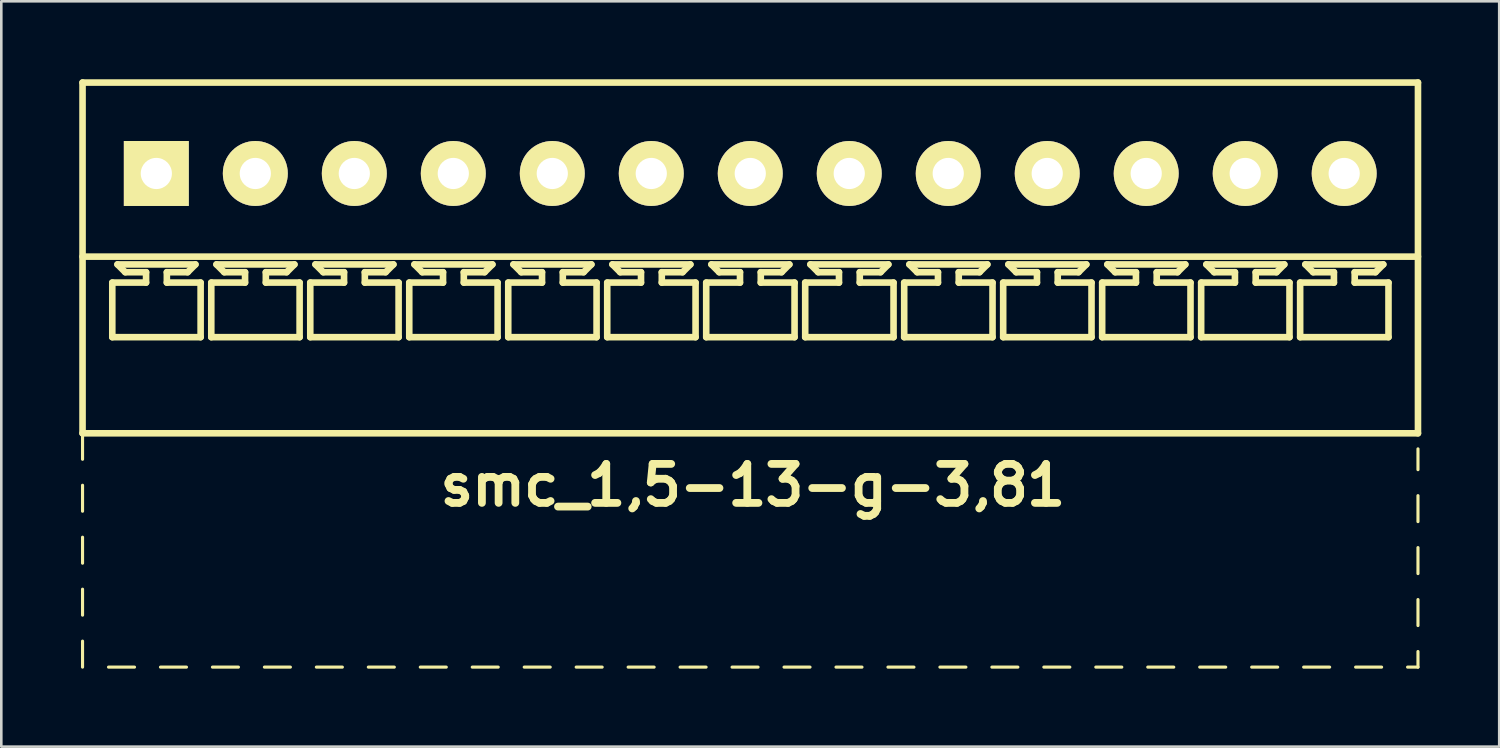
<source format=kicad_pcb>
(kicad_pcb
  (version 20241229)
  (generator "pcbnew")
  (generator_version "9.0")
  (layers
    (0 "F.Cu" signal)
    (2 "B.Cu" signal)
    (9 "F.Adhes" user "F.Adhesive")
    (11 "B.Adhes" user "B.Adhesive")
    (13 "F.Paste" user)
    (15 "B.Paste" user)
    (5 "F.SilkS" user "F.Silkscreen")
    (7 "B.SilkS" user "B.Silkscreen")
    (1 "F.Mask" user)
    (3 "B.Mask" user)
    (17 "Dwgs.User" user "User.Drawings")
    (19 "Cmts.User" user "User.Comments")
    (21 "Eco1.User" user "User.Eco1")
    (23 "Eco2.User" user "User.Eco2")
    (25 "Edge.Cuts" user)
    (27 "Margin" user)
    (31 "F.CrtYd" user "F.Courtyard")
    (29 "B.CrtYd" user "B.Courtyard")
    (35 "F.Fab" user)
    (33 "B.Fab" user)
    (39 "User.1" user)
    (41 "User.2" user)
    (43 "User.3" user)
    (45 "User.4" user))
  (footprint "smc_1,5-13-g-3,81"
    (layer "F.Cu")
    (at 25.827 3.627)
    (property "Reference" "smc_1,5-13-g-3,81" (at 0.1 12 0) (layer "F.SilkS") (effects (font (size 1.5 1.5) (thickness 0.3))))
    (attr through_hole)
    (fp_line (start -25.7 -3.5) (end -25.7 10) (stroke (width 0.254) (type solid)) (layer "F.SilkS"))
    (fp_line (start -25.7 -3.5) (end 25.7 -3.5) (stroke (width 0.254) (type solid)) (layer "F.SilkS"))
    (fp_line (start -25.7 3.2) (end 25.7 3.2) (stroke (width 0.254) (type solid)) (layer "F.SilkS"))
    (fp_line (start -25.7 10) (end -25.7 11) (stroke (width 0.12) (type solid)) (layer "F.SilkS"))
    (fp_line (start -25.7 10) (end 25.7 10) (stroke (width 0.254) (type solid)) (layer "F.SilkS"))
    (fp_line (start -25.7 12) (end -25.7 13) (stroke (width 0.12) (type solid)) (layer "F.SilkS"))
    (fp_line (start -25.7 14) (end -25.7 15) (stroke (width 0.12) (type solid)) (layer "F.SilkS"))
    (fp_line (start -25.7 16) (end -25.7 17) (stroke (width 0.12) (type solid)) (layer "F.SilkS"))
    (fp_line (start -25.7 18) (end -25.7 19) (stroke (width 0.12) (type solid)) (layer "F.SilkS"))
    (fp_line (start -24.7 19) (end -23.7 19) (stroke (width 0.12) (type solid)) (layer "F.SilkS"))
    (fp_line (start -24.555 4.2) (end -23.255 4.2) (stroke (width 0.254) (type solid)) (layer "F.SilkS"))
    (fp_line (start -24.555 6.3) (end -24.555 4.2) (stroke (width 0.254) (type solid)) (layer "F.SilkS"))
    (fp_line (start -24.355 3.5) (end -21.355 3.5) (stroke (width 0.254) (type solid)) (layer "F.SilkS"))
    (fp_line (start -24.055 3.8) (end -24.355 3.5) (stroke (width 0.254) (type solid)) (layer "F.SilkS"))
    (fp_line (start -23.255 3.8) (end -24.055 3.8) (stroke (width 0.254) (type solid)) (layer "F.SilkS"))
    (fp_line (start -23.255 4.2) (end -23.255 3.8) (stroke (width 0.254) (type solid)) (layer "F.SilkS"))
    (fp_line (start -22.7 19) (end -21.7 19) (stroke (width 0.12) (type solid)) (layer "F.SilkS"))
    (fp_line (start -22.455 3.8) (end -22.455 4.2) (stroke (width 0.254) (type solid)) (layer "F.SilkS"))
    (fp_line (start -22.455 4.2) (end -21.155 4.2) (stroke (width 0.254) (type solid)) (layer "F.SilkS"))
    (fp_line (start -21.655 3.8) (end -22.455 3.8) (stroke (width 0.254) (type solid)) (layer "F.SilkS"))
    (fp_line (start -21.655 3.8) (end -21.355 3.5) (stroke (width 0.254) (type solid)) (layer "F.SilkS"))
    (fp_line (start -21.155 4.2) (end -21.155 6.3) (stroke (width 0.254) (type solid)) (layer "F.SilkS"))
    (fp_line (start -21.155 6.3) (end -24.555 6.3) (stroke (width 0.254) (type solid)) (layer "F.SilkS"))
    (fp_line (start -20.745 4.2) (end -19.445 4.2) (stroke (width 0.254) (type solid)) (layer "F.SilkS"))
    (fp_line (start -20.745 6.3) (end -20.745 4.2) (stroke (width 0.254) (type solid)) (layer "F.SilkS"))
    (fp_line (start -20.7 19) (end -19.7 19) (stroke (width 0.12) (type solid)) (layer "F.SilkS"))
    (fp_line (start -20.545 3.5) (end -17.545 3.5) (stroke (width 0.254) (type solid)) (layer "F.SilkS"))
    (fp_line (start -20.245 3.8) (end -20.545 3.5) (stroke (width 0.254) (type solid)) (layer "F.SilkS"))
    (fp_line (start -19.445 3.8) (end -20.245 3.8) (stroke (width 0.254) (type solid)) (layer "F.SilkS"))
    (fp_line (start -19.445 4.2) (end -19.445 3.8) (stroke (width 0.254) (type solid)) (layer "F.SilkS"))
    (fp_line (start -18.7 19) (end -17.7 19) (stroke (width 0.12) (type solid)) (layer "F.SilkS"))
    (fp_line (start -18.645 3.8) (end -18.645 4.2) (stroke (width 0.254) (type solid)) (layer "F.SilkS"))
    (fp_line (start -18.645 4.2) (end -17.345 4.2) (stroke (width 0.254) (type solid)) (layer "F.SilkS"))
    (fp_line (start -17.845 3.8) (end -18.645 3.8) (stroke (width 0.254) (type solid)) (layer "F.SilkS"))
    (fp_line (start -17.845 3.8) (end -17.545 3.5) (stroke (width 0.254) (type solid)) (layer "F.SilkS"))
    (fp_line (start -17.345 4.2) (end -17.345 6.3) (stroke (width 0.254) (type solid)) (layer "F.SilkS"))
    (fp_line (start -17.345 6.3) (end -20.745 6.3) (stroke (width 0.254) (type solid)) (layer "F.SilkS"))
    (fp_line (start -16.935 4.2) (end -15.635 4.2) (stroke (width 0.254) (type solid)) (layer "F.SilkS"))
    (fp_line (start -16.935 6.3) (end -16.935 4.2) (stroke (width 0.254) (type solid)) (layer "F.SilkS"))
    (fp_line (start -16.735 3.5) (end -13.735 3.5) (stroke (width 0.254) (type solid)) (layer "F.SilkS"))
    (fp_line (start -16.7 19) (end -15.7 19) (stroke (width 0.12) (type solid)) (layer "F.SilkS"))
    (fp_line (start -16.435 3.8) (end -16.735 3.5) (stroke (width 0.254) (type solid)) (layer "F.SilkS"))
    (fp_line (start -15.635 3.8) (end -16.435 3.8) (stroke (width 0.254) (type solid)) (layer "F.SilkS"))
    (fp_line (start -15.635 4.2) (end -15.635 3.8) (stroke (width 0.254) (type solid)) (layer "F.SilkS"))
    (fp_line (start -14.835 3.8) (end -14.835 4.2) (stroke (width 0.254) (type solid)) (layer "F.SilkS"))
    (fp_line (start -14.835 4.2) (end -13.535 4.2) (stroke (width 0.254) (type solid)) (layer "F.SilkS"))
    (fp_line (start -14.7 19) (end -13.7 19) (stroke (width 0.12) (type solid)) (layer "F.SilkS"))
    (fp_line (start -14.035 3.8) (end -14.835 3.8) (stroke (width 0.254) (type solid)) (layer "F.SilkS"))
    (fp_line (start -14.035 3.8) (end -13.735 3.5) (stroke (width 0.254) (type solid)) (layer "F.SilkS"))
    (fp_line (start -13.535 4.2) (end -13.535 6.3) (stroke (width 0.254) (type solid)) (layer "F.SilkS"))
    (fp_line (start -13.535 6.3) (end -16.935 6.3) (stroke (width 0.254) (type solid)) (layer "F.SilkS"))
    (fp_line (start -13.125 4.2) (end -11.825 4.2) (stroke (width 0.254) (type solid)) (layer "F.SilkS"))
    (fp_line (start -13.125 6.3) (end -13.125 4.2) (stroke (width 0.254) (type solid)) (layer "F.SilkS"))
    (fp_line (start -12.925 3.5) (end -9.925 3.5) (stroke (width 0.254) (type solid)) (layer "F.SilkS"))
    (fp_line (start -12.7 19) (end -11.7 19) (stroke (width 0.12) (type solid)) (layer "F.SilkS"))
    (fp_line (start -12.625 3.8) (end -12.925 3.5) (stroke (width 0.254) (type solid)) (layer "F.SilkS"))
    (fp_line (start -11.825 3.8) (end -12.625 3.8) (stroke (width 0.254) (type solid)) (layer "F.SilkS"))
    (fp_line (start -11.825 4.2) (end -11.825 3.8) (stroke (width 0.254) (type solid)) (layer "F.SilkS"))
    (fp_line (start -11.025 3.8) (end -11.025 4.2) (stroke (width 0.254) (type solid)) (layer "F.SilkS"))
    (fp_line (start -11.025 4.2) (end -9.725 4.2) (stroke (width 0.254) (type solid)) (layer "F.SilkS"))
    (fp_line (start -10.7 19) (end -9.7 19) (stroke (width 0.12) (type solid)) (layer "F.SilkS"))
    (fp_line (start -10.225 3.8) (end -11.025 3.8) (stroke (width 0.254) (type solid)) (layer "F.SilkS"))
    (fp_line (start -10.225 3.8) (end -9.925 3.5) (stroke (width 0.254) (type solid)) (layer "F.SilkS"))
    (fp_line (start -9.725 4.2) (end -9.725 6.3) (stroke (width 0.254) (type solid)) (layer "F.SilkS"))
    (fp_line (start -9.725 6.3) (end -13.125 6.3) (stroke (width 0.254) (type solid)) (layer "F.SilkS"))
    (fp_line (start -9.315 4.2) (end -8.015 4.2) (stroke (width 0.254) (type solid)) (layer "F.SilkS"))
    (fp_line (start -9.315 6.3) (end -9.315 4.2) (stroke (width 0.254) (type solid)) (layer "F.SilkS"))
    (fp_line (start -9.115 3.5) (end -6.115 3.5) (stroke (width 0.254) (type solid)) (layer "F.SilkS"))
    (fp_line (start -8.815 3.8) (end -9.115 3.5) (stroke (width 0.254) (type solid)) (layer "F.SilkS"))
    (fp_line (start -8.7 19) (end -7.7 19) (stroke (width 0.12) (type solid)) (layer "F.SilkS"))
    (fp_line (start -8.015 3.8) (end -8.815 3.8) (stroke (width 0.254) (type solid)) (layer "F.SilkS"))
    (fp_line (start -8.015 4.2) (end -8.015 3.8) (stroke (width 0.254) (type solid)) (layer "F.SilkS"))
    (fp_line (start -7.215 3.8) (end -7.215 4.2) (stroke (width 0.254) (type solid)) (layer "F.SilkS"))
    (fp_line (start -7.215 4.2) (end -5.915 4.2) (stroke (width 0.254) (type solid)) (layer "F.SilkS"))
    (fp_line (start -6.7 19) (end -5.7 19) (stroke (width 0.12) (type solid)) (layer "F.SilkS"))
    (fp_line (start -6.415 3.8) (end -7.215 3.8) (stroke (width 0.254) (type solid)) (layer "F.SilkS"))
    (fp_line (start -6.415 3.8) (end -6.115 3.5) (stroke (width 0.254) (type solid)) (layer "F.SilkS"))
    (fp_line (start -5.915 4.2) (end -5.915 6.3) (stroke (width 0.254) (type solid)) (layer "F.SilkS"))
    (fp_line (start -5.915 6.3) (end -9.315 6.3) (stroke (width 0.254) (type solid)) (layer "F.SilkS"))
    (fp_line (start -5.505 4.2) (end -4.205 4.2) (stroke (width 0.254) (type solid)) (layer "F.SilkS"))
    (fp_line (start -5.505 6.3) (end -5.505 4.2) (stroke (width 0.254) (type solid)) (layer "F.SilkS"))
    (fp_line (start -5.305 3.5) (end -2.305 3.5) (stroke (width 0.254) (type solid)) (layer "F.SilkS"))
    (fp_line (start -5.005 3.8) (end -5.305 3.5) (stroke (width 0.254) (type solid)) (layer "F.SilkS"))
    (fp_line (start -4.7 19) (end -3.7 19) (stroke (width 0.12) (type solid)) (layer "F.SilkS"))
    (fp_line (start -4.205 3.8) (end -5.005 3.8) (stroke (width 0.254) (type solid)) (layer "F.SilkS"))
    (fp_line (start -4.205 4.2) (end -4.205 3.8) (stroke (width 0.254) (type solid)) (layer "F.SilkS"))
    (fp_line (start -3.405 3.8) (end -3.405 4.2) (stroke (width 0.254) (type solid)) (layer "F.SilkS"))
    (fp_line (start -3.405 4.2) (end -2.105 4.2) (stroke (width 0.254) (type solid)) (layer "F.SilkS"))
    (fp_line (start -2.7 19) (end -1.7 19) (stroke (width 0.12) (type solid)) (layer "F.SilkS"))
    (fp_line (start -2.605 3.8) (end -3.405 3.8) (stroke (width 0.254) (type solid)) (layer "F.SilkS"))
    (fp_line (start -2.605 3.8) (end -2.305 3.5) (stroke (width 0.254) (type solid)) (layer "F.SilkS"))
    (fp_line (start -2.105 4.2) (end -2.105 6.3) (stroke (width 0.254) (type solid)) (layer "F.SilkS"))
    (fp_line (start -2.105 6.3) (end -5.505 6.3) (stroke (width 0.254) (type solid)) (layer "F.SilkS"))
    (fp_line (start -1.695 4.2) (end -0.395 4.2) (stroke (width 0.254) (type solid)) (layer "F.SilkS"))
    (fp_line (start -1.695 6.3) (end -1.695 4.2) (stroke (width 0.254) (type solid)) (layer "F.SilkS"))
    (fp_line (start -1.495 3.5) (end 1.505 3.5) (stroke (width 0.254) (type solid)) (layer "F.SilkS"))
    (fp_line (start -1.195 3.8) (end -1.495 3.5) (stroke (width 0.254) (type solid)) (layer "F.SilkS"))
    (fp_line (start -0.7 19) (end 0.3 19) (stroke (width 0.12) (type solid)) (layer "F.SilkS"))
    (fp_line (start -0.395 3.8) (end -1.195 3.8) (stroke (width 0.254) (type solid)) (layer "F.SilkS"))
    (fp_line (start -0.395 4.2) (end -0.395 3.8) (stroke (width 0.254) (type solid)) (layer "F.SilkS"))
    (fp_line (start 0.405 3.8) (end 0.405 4.2) (stroke (width 0.254) (type solid)) (layer "F.SilkS"))
    (fp_line (start 0.405 4.2) (end 1.705 4.2) (stroke (width 0.254) (type solid)) (layer "F.SilkS"))
    (fp_line (start 1.205 3.8) (end 0.405 3.8) (stroke (width 0.254) (type solid)) (layer "F.SilkS"))
    (fp_line (start 1.205 3.8) (end 1.505 3.5) (stroke (width 0.254) (type solid)) (layer "F.SilkS"))
    (fp_line (start 1.3 19) (end 2.3 19) (stroke (width 0.12) (type solid)) (layer "F.SilkS"))
    (fp_line (start 1.705 4.2) (end 1.705 6.3) (stroke (width 0.254) (type solid)) (layer "F.SilkS"))
    (fp_line (start 1.705 6.3) (end -1.695 6.3) (stroke (width 0.254) (type solid)) (layer "F.SilkS"))
    (fp_line (start 2.115 4.2) (end 3.415 4.2) (stroke (width 0.254) (type solid)) (layer "F.SilkS"))
    (fp_line (start 2.115 6.3) (end 2.115 4.2) (stroke (width 0.254) (type solid)) (layer "F.SilkS"))
    (fp_line (start 2.315 3.5) (end 5.315 3.5) (stroke (width 0.254) (type solid)) (layer "F.SilkS"))
    (fp_line (start 2.615 3.8) (end 2.315 3.5) (stroke (width 0.254) (type solid)) (layer "F.SilkS"))
    (fp_line (start 3.3 19) (end 4.3 19) (stroke (width 0.12) (type solid)) (layer "F.SilkS"))
    (fp_line (start 3.415 3.8) (end 2.615 3.8) (stroke (width 0.254) (type solid)) (layer "F.SilkS"))
    (fp_line (start 3.415 4.2) (end 3.415 3.8) (stroke (width 0.254) (type solid)) (layer "F.SilkS"))
    (fp_line (start 4.215 3.8) (end 4.215 4.2) (stroke (width 0.254) (type solid)) (layer "F.SilkS"))
    (fp_line (start 4.215 4.2) (end 5.515 4.2) (stroke (width 0.254) (type solid)) (layer "F.SilkS"))
    (fp_line (start 5.015 3.8) (end 4.215 3.8) (stroke (width 0.254) (type solid)) (layer "F.SilkS"))
    (fp_line (start 5.015 3.8) (end 5.315 3.5) (stroke (width 0.254) (type solid)) (layer "F.SilkS"))
    (fp_line (start 5.3 19) (end 6.3 19) (stroke (width 0.12) (type solid)) (layer "F.SilkS"))
    (fp_line (start 5.515 4.2) (end 5.515 6.3) (stroke (width 0.254) (type solid)) (layer "F.SilkS"))
    (fp_line (start 5.515 6.3) (end 2.115 6.3) (stroke (width 0.254) (type solid)) (layer "F.SilkS"))
    (fp_line (start 5.925 4.2) (end 7.225 4.2) (stroke (width 0.254) (type solid)) (layer "F.SilkS"))
    (fp_line (start 5.925 6.3) (end 5.925 4.2) (stroke (width 0.254) (type solid)) (layer "F.SilkS"))
    (fp_line (start 6.125 3.5) (end 9.125 3.5) (stroke (width 0.254) (type solid)) (layer "F.SilkS"))
    (fp_line (start 6.425 3.8) (end 6.125 3.5) (stroke (width 0.254) (type solid)) (layer "F.SilkS"))
    (fp_line (start 7.225 3.8) (end 6.425 3.8) (stroke (width 0.254) (type solid)) (layer "F.SilkS"))
    (fp_line (start 7.225 4.2) (end 7.225 3.8) (stroke (width 0.254) (type solid)) (layer "F.SilkS"))
    (fp_line (start 7.3 19) (end 8.3 19) (stroke (width 0.12) (type solid)) (layer "F.SilkS"))
    (fp_line (start 8.025 3.8) (end 8.025 4.2) (stroke (width 0.254) (type solid)) (layer "F.SilkS"))
    (fp_line (start 8.025 4.2) (end 9.325 4.2) (stroke (width 0.254) (type solid)) (layer "F.SilkS"))
    (fp_line (start 8.825 3.8) (end 8.025 3.8) (stroke (width 0.254) (type solid)) (layer "F.SilkS"))
    (fp_line (start 8.825 3.8) (end 9.125 3.5) (stroke (width 0.254) (type solid)) (layer "F.SilkS"))
    (fp_line (start 9.3 19) (end 10.3 19) (stroke (width 0.12) (type solid)) (layer "F.SilkS"))
    (fp_line (start 9.325 4.2) (end 9.325 6.3) (stroke (width 0.254) (type solid)) (layer "F.SilkS"))
    (fp_line (start 9.325 6.3) (end 5.925 6.3) (stroke (width 0.254) (type solid)) (layer "F.SilkS"))
    (fp_line (start 9.735 4.2) (end 11.035 4.2) (stroke (width 0.254) (type solid)) (layer "F.SilkS"))
    (fp_line (start 9.735 6.3) (end 9.735 4.2) (stroke (width 0.254) (type solid)) (layer "F.SilkS"))
    (fp_line (start 9.935 3.5) (end 12.935 3.5) (stroke (width 0.254) (type solid)) (layer "F.SilkS"))
    (fp_line (start 10.235 3.8) (end 9.935 3.5) (stroke (width 0.254) (type solid)) (layer "F.SilkS"))
    (fp_line (start 11.035 3.8) (end 10.235 3.8) (stroke (width 0.254) (type solid)) (layer "F.SilkS"))
    (fp_line (start 11.035 4.2) (end 11.035 3.8) (stroke (width 0.254) (type solid)) (layer "F.SilkS"))
    (fp_line (start 11.3 19) (end 12.3 19) (stroke (width 0.12) (type solid)) (layer "F.SilkS"))
    (fp_line (start 11.835 3.8) (end 11.835 4.2) (stroke (width 0.254) (type solid)) (layer "F.SilkS"))
    (fp_line (start 11.835 4.2) (end 13.135 4.2) (stroke (width 0.254) (type solid)) (layer "F.SilkS"))
    (fp_line (start 12.635 3.8) (end 11.835 3.8) (stroke (width 0.254) (type solid)) (layer "F.SilkS"))
    (fp_line (start 12.635 3.8) (end 12.935 3.5) (stroke (width 0.254) (type solid)) (layer "F.SilkS"))
    (fp_line (start 13.135 4.2) (end 13.135 6.3) (stroke (width 0.254) (type solid)) (layer "F.SilkS"))
    (fp_line (start 13.135 6.3) (end 9.735 6.3) (stroke (width 0.254) (type solid)) (layer "F.SilkS"))
    (fp_line (start 13.3 19) (end 14.3 19) (stroke (width 0.12) (type solid)) (layer "F.SilkS"))
    (fp_line (start 13.545 4.2) (end 14.845 4.2) (stroke (width 0.254) (type solid)) (layer "F.SilkS"))
    (fp_line (start 13.545 6.3) (end 13.545 4.2) (stroke (width 0.254) (type solid)) (layer "F.SilkS"))
    (fp_line (start 13.745 3.5) (end 16.745 3.5) (stroke (width 0.254) (type solid)) (layer "F.SilkS"))
    (fp_line (start 14.045 3.8) (end 13.745 3.5) (stroke (width 0.254) (type solid)) (layer "F.SilkS"))
    (fp_line (start 14.845 3.8) (end 14.045 3.8) (stroke (width 0.254) (type solid)) (layer "F.SilkS"))
    (fp_line (start 14.845 4.2) (end 14.845 3.8) (stroke (width 0.254) (type solid)) (layer "F.SilkS"))
    (fp_line (start 15.3 19) (end 16.3 19) (stroke (width 0.12) (type solid)) (layer "F.SilkS"))
    (fp_line (start 15.645 3.8) (end 15.645 4.2) (stroke (width 0.254) (type solid)) (layer "F.SilkS"))
    (fp_line (start 15.645 4.2) (end 16.945 4.2) (stroke (width 0.254) (type solid)) (layer "F.SilkS"))
    (fp_line (start 16.445 3.8) (end 15.645 3.8) (stroke (width 0.254) (type solid)) (layer "F.SilkS"))
    (fp_line (start 16.445 3.8) (end 16.745 3.5) (stroke (width 0.254) (type solid)) (layer "F.SilkS"))
    (fp_line (start 16.945 4.2) (end 16.945 6.3) (stroke (width 0.254) (type solid)) (layer "F.SilkS"))
    (fp_line (start 16.945 6.3) (end 13.545 6.3) (stroke (width 0.254) (type solid)) (layer "F.SilkS"))
    (fp_line (start 17.3 19) (end 18.3 19) (stroke (width 0.12) (type solid)) (layer "F.SilkS"))
    (fp_line (start 17.355 4.2) (end 18.655 4.2) (stroke (width 0.254) (type solid)) (layer "F.SilkS"))
    (fp_line (start 17.355 6.3) (end 17.355 4.2) (stroke (width 0.254) (type solid)) (layer "F.SilkS"))
    (fp_line (start 17.555 3.5) (end 20.555 3.5) (stroke (width 0.254) (type solid)) (layer "F.SilkS"))
    (fp_line (start 17.855 3.8) (end 17.555 3.5) (stroke (width 0.254) (type solid)) (layer "F.SilkS"))
    (fp_line (start 18.655 3.8) (end 17.855 3.8) (stroke (width 0.254) (type solid)) (layer "F.SilkS"))
    (fp_line (start 18.655 4.2) (end 18.655 3.8) (stroke (width 0.254) (type solid)) (layer "F.SilkS"))
    (fp_line (start 19.3 19) (end 20.3 19) (stroke (width 0.12) (type solid)) (layer "F.SilkS"))
    (fp_line (start 19.455 3.8) (end 19.455 4.2) (stroke (width 0.254) (type solid)) (layer "F.SilkS"))
    (fp_line (start 19.455 4.2) (end 20.755 4.2) (stroke (width 0.254) (type solid)) (layer "F.SilkS"))
    (fp_line (start 20.255 3.8) (end 19.455 3.8) (stroke (width 0.254) (type solid)) (layer "F.SilkS"))
    (fp_line (start 20.255 3.8) (end 20.555 3.5) (stroke (width 0.254) (type solid)) (layer "F.SilkS"))
    (fp_line (start 20.755 4.2) (end 20.755 6.3) (stroke (width 0.254) (type solid)) (layer "F.SilkS"))
    (fp_line (start 20.755 6.3) (end 17.355 6.3) (stroke (width 0.254) (type solid)) (layer "F.SilkS"))
    (fp_line (start 21.165 4.2) (end 22.465 4.2) (stroke (width 0.254) (type solid)) (layer "F.SilkS"))
    (fp_line (start 21.165 6.3) (end 21.165 4.2) (stroke (width 0.254) (type solid)) (layer "F.SilkS"))
    (fp_line (start 21.3 19) (end 22.3 19) (stroke (width 0.12) (type solid)) (layer "F.SilkS"))
    (fp_line (start 21.365 3.5) (end 24.365 3.5) (stroke (width 0.254) (type solid)) (layer "F.SilkS"))
    (fp_line (start 21.665 3.8) (end 21.365 3.5) (stroke (width 0.254) (type solid)) (layer "F.SilkS"))
    (fp_line (start 22.465 3.8) (end 21.665 3.8) (stroke (width 0.254) (type solid)) (layer "F.SilkS"))
    (fp_line (start 22.465 4.2) (end 22.465 3.8) (stroke (width 0.254) (type solid)) (layer "F.SilkS"))
    (fp_line (start 23.265 3.8) (end 23.265 4.2) (stroke (width 0.254) (type solid)) (layer "F.SilkS"))
    (fp_line (start 23.265 4.2) (end 24.565 4.2) (stroke (width 0.254) (type solid)) (layer "F.SilkS"))
    (fp_line (start 23.3 19) (end 24.3 19) (stroke (width 0.12) (type solid)) (layer "F.SilkS"))
    (fp_line (start 24.065 3.8) (end 23.265 3.8) (stroke (width 0.254) (type solid)) (layer "F.SilkS"))
    (fp_line (start 24.065 3.8) (end 24.365 3.5) (stroke (width 0.254) (type solid)) (layer "F.SilkS"))
    (fp_line (start 24.565 4.2) (end 24.565 6.3) (stroke (width 0.254) (type solid)) (layer "F.SilkS"))
    (fp_line (start 24.565 6.3) (end 21.165 6.3) (stroke (width 0.254) (type solid)) (layer "F.SilkS"))
    (fp_line (start 25.3 19) (end 25.7 19) (stroke (width 0.12) (type solid)) (layer "F.SilkS"))
    (fp_line (start 25.7 -3.5) (end 25.7 10) (stroke (width 0.254) (type solid)) (layer "F.SilkS"))
    (fp_line (start 25.7 11.4) (end 25.7 10.6) (stroke (width 0.12) (type solid)) (layer "F.SilkS"))
    (fp_line (start 25.7 13.4) (end 25.7 12.4) (stroke (width 0.12) (type solid)) (layer "F.SilkS"))
    (fp_line (start 25.7 14.4) (end 25.7 15.4) (stroke (width 0.12) (type solid)) (layer "F.SilkS"))
    (fp_line (start 25.7 16.4) (end 25.7 17.4) (stroke (width 0.12) (type solid)) (layer "F.SilkS"))
    (fp_line (start 25.7 18.4) (end 25.7 19) (stroke (width 0.12) (type solid)) (layer "F.SilkS"))
    (pad "1" thru_hole rect (at -22.86 0) (size 2.5 2.5) (drill 1.2) (layers "*.Cu" "*.Mask" "F.SilkS"))
    (pad "2" thru_hole circle (at -19.05 0) (size 2.5 2.5) (drill 1.2) (layers "*.Cu" "*.Mask" "F.SilkS"))
    (pad "3" thru_hole circle (at -15.24 0) (size 2.5 2.5) (drill 1.2) (layers "*.Cu" "*.Mask" "F.SilkS"))
    (pad "4" thru_hole circle (at -11.43 0) (size 2.5 2.5) (drill 1.2) (layers "*.Cu" "*.Mask" "F.SilkS"))
    (pad "5" thru_hole circle (at -7.62 0) (size 2.5 2.5) (drill 1.2) (layers "*.Cu" "*.Mask" "F.SilkS"))
    (pad "6" thru_hole circle (at -3.81 0) (size 2.5 2.5) (drill 1.2) (layers "*.Cu" "*.Mask" "F.SilkS"))
    (pad "7" thru_hole circle (at 0 0) (size 2.5 2.5) (drill 1.2) (layers "*.Cu" "*.Mask" "F.SilkS"))
    (pad "8" thru_hole circle (at 3.81 0) (size 2.5 2.5) (drill 1.2) (layers "*.Cu" "*.Mask" "F.SilkS"))
    (pad "9" thru_hole circle (at 7.62 0) (size 2.5 2.5) (drill 1.2) (layers "*.Cu" "*.Mask" "F.SilkS"))
    (pad "10" thru_hole circle (at 11.43 0) (size 2.5 2.5) (drill 1.2) (layers "*.Cu" "*.Mask" "F.SilkS"))
    (pad "11" thru_hole circle (at 15.24 0) (size 2.5 2.5) (drill 1.2) (layers "*.Cu" "*.Mask" "F.SilkS"))
    (pad "12" thru_hole circle (at 19.05 0) (size 2.5 2.5) (drill 1.2) (layers "*.Cu" "*.Mask" "F.SilkS"))
    (pad "13" thru_hole circle (at 22.86 0) (size 2.5 2.5) (drill 1.2) (layers "*.Cu" "*.Mask" "F.SilkS")))
  (gr_rect
    (start -3 -3)
    (end 54.654 25.687)
    (stroke (width 0.1) (type default))
    (fill no)
    (layer "Edge.Cuts")))
</source>
